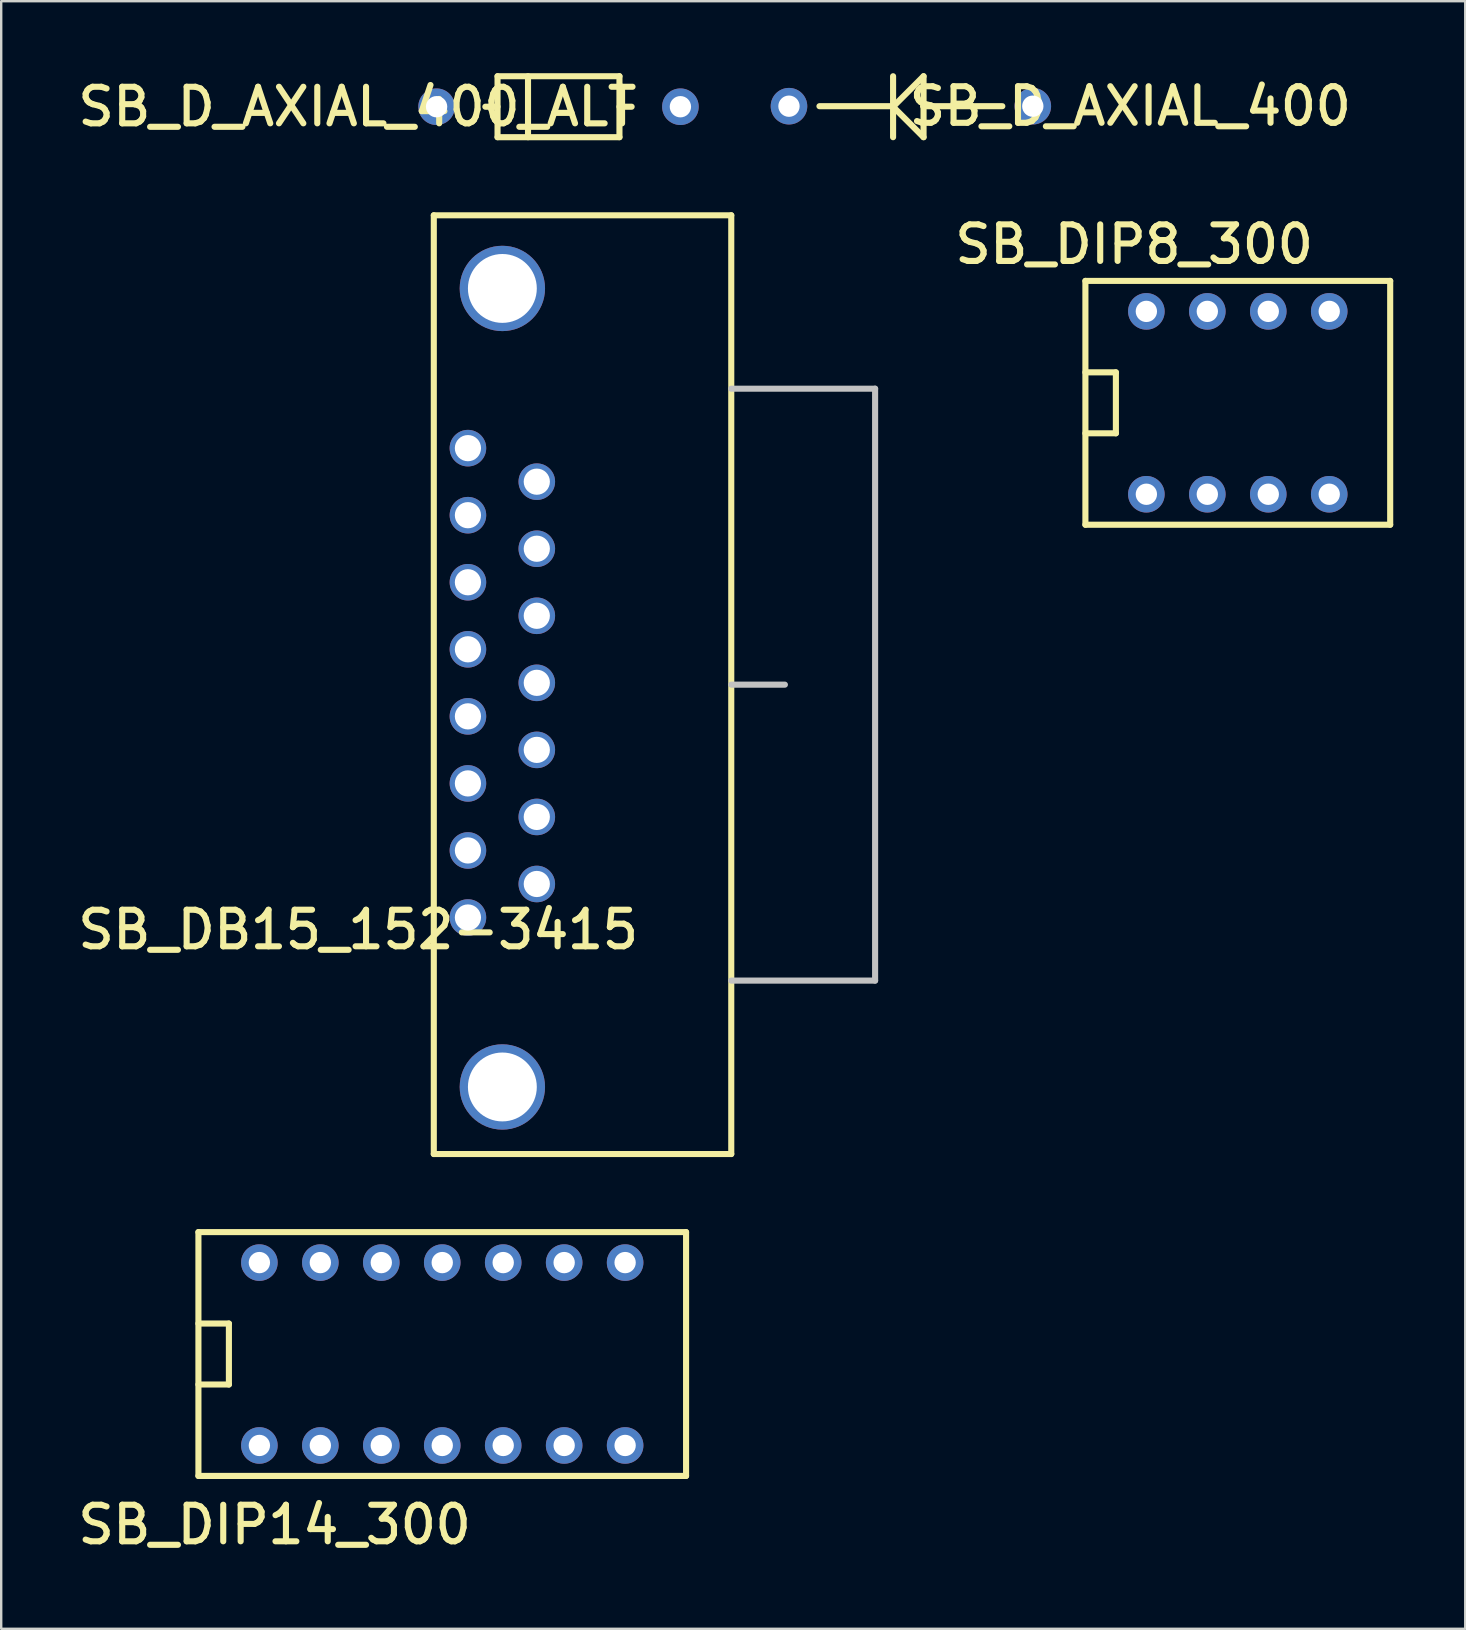
<source format=kicad_pcb>
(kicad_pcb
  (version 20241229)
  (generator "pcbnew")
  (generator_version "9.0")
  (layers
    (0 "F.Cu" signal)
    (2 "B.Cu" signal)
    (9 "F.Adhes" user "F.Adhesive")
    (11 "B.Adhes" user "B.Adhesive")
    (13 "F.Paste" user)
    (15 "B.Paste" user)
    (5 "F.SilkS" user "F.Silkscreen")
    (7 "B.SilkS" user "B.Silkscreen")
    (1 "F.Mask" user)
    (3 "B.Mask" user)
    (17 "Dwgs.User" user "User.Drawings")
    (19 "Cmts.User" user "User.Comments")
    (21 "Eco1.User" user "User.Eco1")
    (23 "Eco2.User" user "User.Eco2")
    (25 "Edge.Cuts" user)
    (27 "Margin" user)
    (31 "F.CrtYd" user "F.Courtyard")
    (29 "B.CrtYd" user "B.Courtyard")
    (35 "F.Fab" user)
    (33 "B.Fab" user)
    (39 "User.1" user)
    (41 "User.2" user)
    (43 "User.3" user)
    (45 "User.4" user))
  (footprint "SB_D_AXIAL_400"
    (layer "F.Cu")
    (at 29.826 1.375)
    (property "Reference" "SB_D_AXIAL_400" (at 14.224 0 0) (layer "F.SilkS") (effects (font (size 1.524 1.524) (thickness 0.254))))
    (attr through_hole)
    (fp_line (start 4.318 0) (end 1.27 0) (stroke (width 0.254) (type solid)) (layer "F.SilkS"))
    (fp_line (start 4.338 0.022) (end 5.608 -1.248) (stroke (width 0.254) (type solid)) (layer "F.SilkS"))
    (fp_line (start 4.338 1.292) (end 4.338 -1.248) (stroke (width 0.254) (type solid)) (layer "F.SilkS"))
    (fp_line (start 5.588 0) (end 8.89 0) (stroke (width 0.254) (type solid)) (layer "F.SilkS"))
    (fp_line (start 5.608 1.292) (end 4.338 0.022) (stroke (width 0.254) (type solid)) (layer "F.SilkS"))
    (fp_line (start 5.608 1.292) (end 5.608 -1.248) (stroke (width 0.254) (type solid)) (layer "F.SilkS"))
    (pad "1" thru_hole circle (at 0 0 270) (size 1.524 1.524) (drill 0.889) (layers "*.Cu" "*.Mask"))
    (pad "2" thru_hole circle (at 10.16 0 270) (size 1.524 1.524) (drill 0.889) (layers "*.Cu" "*.Mask")))
  (footprint "SB_DB15_152-3415"
    (layer "F.Cu")
    (at 16.448 35.182)
    (property "Reference" "SB_DB15_152-3415" (at -4.572 0.508 0) (layer "F.SilkS") (effects (font (size 1.524 1.524) (thickness 0.254))))
    (attr through_hole)
    (fp_line (start -1.422 -29.261) (end 10.973 -29.261) (stroke (width 0.254) (type solid)) (layer "F.SilkS"))
    (fp_line (start -1.422 9.855) (end -1.422 -29.261) (stroke (width 0.254) (type solid)) (layer "F.SilkS"))
    (fp_line (start -1.422 9.855) (end 10.973 9.855) (stroke (width 0.254) (type solid)) (layer "F.SilkS"))
    (fp_line (start 10.973 9.855) (end 10.973 -29.261) (stroke (width 0.254) (type solid)) (layer "F.SilkS"))
    (fp_line (start 10.973 -22.035) (end 16.967 -22.035) (stroke (width 0.254) (type solid)) (layer "Dwgs.User"))
    (fp_line (start 10.973 -9.703) (end 13.208 -9.703) (stroke (width 0.254) (type solid)) (layer "Dwgs.User"))
    (fp_line (start 10.973 2.629) (end 16.967 2.629) (stroke (width 0.254) (type solid)) (layer "Dwgs.User"))
    (fp_line (start 16.967 -22.035) (end 16.967 2.629) (stroke (width 0.254) (type solid)) (layer "Dwgs.User"))
    (pad "0" thru_hole circle (at 1.435 -26.213 270) (size 3.556 3.556) (drill 2.87) (layers "*.Cu" "*.Mask"))
    (pad "0" thru_hole circle (at 1.435 7.061 270) (size 3.556 3.556) (drill 2.87) (layers "*.Cu" "*.Mask"))
    (pad "1" thru_hole circle (at 0 -19.558 270) (size 1.524 1.524) (drill 1.092) (layers "*.Cu" "*.Mask"))
    (pad "2" thru_hole circle (at 0 -16.764 270) (size 1.524 1.524) (drill 1.092) (layers "*.Cu" "*.Mask"))
    (pad "3" thru_hole circle (at 0 -13.97 270) (size 1.524 1.524) (drill 1.092) (layers "*.Cu" "*.Mask"))
    (pad "4" thru_hole circle (at 0 -11.176 270) (size 1.524 1.524) (drill 1.092) (layers "*.Cu" "*.Mask"))
    (pad "5" thru_hole circle (at 0 -8.382 270) (size 1.524 1.524) (drill 1.092) (layers "*.Cu" "*.Mask"))
    (pad "6" thru_hole circle (at 0 -5.588 270) (size 1.524 1.524) (drill 1.092) (layers "*.Cu" "*.Mask"))
    (pad "7" thru_hole circle (at 0 -2.794 270) (size 1.524 1.524) (drill 1.092) (layers "*.Cu" "*.Mask"))
    (pad "8" thru_hole circle (at 0 0 270) (size 1.524 1.524) (drill 1.092) (layers "*.Cu" "*.Mask"))
    (pad "9" thru_hole circle (at 2.87 -18.161 270) (size 1.524 1.524) (drill 1.092) (layers "*.Cu" "*.Mask"))
    (pad "10" thru_hole circle (at 2.87 -15.367 270) (size 1.524 1.524) (drill 1.092) (layers "*.Cu" "*.Mask"))
    (pad "11" thru_hole circle (at 2.87 -12.573 270) (size 1.524 1.524) (drill 1.092) (layers "*.Cu" "*.Mask"))
    (pad "12" thru_hole circle (at 2.87 -9.779 270) (size 1.524 1.524) (drill 1.092) (layers "*.Cu" "*.Mask"))
    (pad "13" thru_hole circle (at 2.87 -6.985 270) (size 1.524 1.524) (drill 1.092) (layers "*.Cu" "*.Mask"))
    (pad "14" thru_hole circle (at 2.87 -4.191 270) (size 1.524 1.524) (drill 1.092) (layers "*.Cu" "*.Mask"))
    (pad "15" thru_hole circle (at 2.87 -1.397 270) (size 1.524 1.524) (drill 1.092) (layers "*.Cu" "*.Mask")))
  (footprint "SB_D_AXIAL_400_ALT"
    (layer "F.Cu")
    (at 15.142 1.397)
    (property "Reference" "SB_D_AXIAL_400_ALT" (at -3.302 0 0) (layer "F.SilkS") (effects (font (size 1.524 1.524) (thickness 0.254))))
    (attr through_hole)
    (fp_line (start 2.54 -1.27) (end 2.54 1.27) (stroke (width 0.254) (type solid)) (layer "F.SilkS"))
    (fp_line (start 2.54 -1.27) (end 7.62 -1.27) (stroke (width 0.254) (type solid)) (layer "F.SilkS"))
    (fp_line (start 2.54 0) (end 2.032 0) (stroke (width 0.254) (type solid)) (layer "F.SilkS"))
    (fp_line (start 2.54 1.27) (end 7.62 1.27) (stroke (width 0.254) (type solid)) (layer "F.SilkS"))
    (fp_line (start 3.81 -1.27) (end 3.81 1.27) (stroke (width 0.254) (type solid)) (layer "F.SilkS"))
    (fp_line (start 7.62 0) (end 8.128 0) (stroke (width 0.254) (type solid)) (layer "F.SilkS"))
    (fp_line (start 7.62 1.27) (end 7.62 -1.27) (stroke (width 0.254) (type solid)) (layer "F.SilkS"))
    (pad "1" thru_hole circle (at 0 0 270) (size 1.524 1.524) (drill 0.889) (layers "*.Cu" "*.Mask"))
    (pad "2" thru_hole circle (at 10.16 0 270) (size 1.524 1.524) (drill 0.889) (layers "*.Cu" "*.Mask")))
  (footprint "SB_DIP14_300"
    (layer "F.Cu")
    (at 7.758 57.181)
    (property "Reference" "SB_DIP14_300" (at 0.635 3.302 0) (layer "F.SilkS") (effects (font (size 1.524 1.524) (thickness 0.254))))
    (attr through_hole)
    (fp_line (start -2.54 -8.89) (end -2.54 1.27) (stroke (width 0.254) (type solid)) (layer "F.SilkS"))
    (fp_line (start -2.54 -2.54) (end -1.27 -2.54) (stroke (width 0.254) (type solid)) (layer "F.SilkS"))
    (fp_line (start -2.54 1.27) (end 17.78 1.27) (stroke (width 0.254) (type solid)) (layer "F.SilkS"))
    (fp_line (start -1.27 -5.08) (end -2.54 -5.08) (stroke (width 0.254) (type solid)) (layer "F.SilkS"))
    (fp_line (start -1.27 -2.54) (end -1.27 -5.08) (stroke (width 0.254) (type solid)) (layer "F.SilkS"))
    (fp_line (start 17.78 -8.89) (end -2.54 -8.89) (stroke (width 0.254) (type solid)) (layer "F.SilkS"))
    (fp_line (start 17.78 1.27) (end 17.78 -8.89) (stroke (width 0.254) (type solid)) (layer "F.SilkS"))
    (pad "1" thru_hole circle (at 0 0) (size 1.524 1.524) (drill 0.889) (layers "*.Cu" "*.Mask"))
    (pad "2" thru_hole circle (at 2.54 0) (size 1.524 1.524) (drill 0.889) (layers "*.Cu" "*.Mask"))
    (pad "3" thru_hole circle (at 5.08 0) (size 1.524 1.524) (drill 0.889) (layers "*.Cu" "*.Mask"))
    (pad "4" thru_hole circle (at 7.62 0) (size 1.524 1.524) (drill 0.889) (layers "*.Cu" "*.Mask"))
    (pad "5" thru_hole circle (at 10.16 0) (size 1.524 1.524) (drill 0.889) (layers "*.Cu" "*.Mask"))
    (pad "6" thru_hole circle (at 12.7 0) (size 1.524 1.524) (drill 0.889) (layers "*.Cu" "*.Mask"))
    (pad "7" thru_hole circle (at 15.24 0) (size 1.524 1.524) (drill 0.889) (layers "*.Cu" "*.Mask"))
    (pad "8" thru_hole circle (at 15.24 -7.62) (size 1.524 1.524) (drill 0.889) (layers "*.Cu" "*.Mask"))
    (pad "9" thru_hole circle (at 12.7 -7.62) (size 1.524 1.524) (drill 0.889) (layers "*.Cu" "*.Mask"))
    (pad "10" thru_hole circle (at 10.16 -7.62) (size 1.524 1.524) (drill 0.889) (layers "*.Cu" "*.Mask"))
    (pad "11" thru_hole circle (at 7.62 -7.62) (size 1.524 1.524) (drill 0.889) (layers "*.Cu" "*.Mask"))
    (pad "12" thru_hole circle (at 5.08 -7.62) (size 1.524 1.524) (drill 0.889) (layers "*.Cu" "*.Mask"))
    (pad "13" thru_hole circle (at 2.54 -7.62) (size 1.524 1.524) (drill 0.889) (layers "*.Cu" "*.Mask"))
    (pad "14" thru_hole circle (at 0 -7.62) (size 1.524 1.524) (drill 0.889) (layers "*.Cu" "*.Mask")))
  (footprint "SB_DIP8_300"
    (layer "F.Cu")
    (at 44.718 17.545)
    (property "Reference" "SB_DIP8_300" (at -0.508 -10.414 0) (layer "F.SilkS") (effects (font (size 1.524 1.524) (thickness 0.254))))
    (attr through_hole)
    (fp_line (start -2.54 -8.89) (end -2.54 1.27) (stroke (width 0.254) (type solid)) (layer "F.SilkS"))
    (fp_line (start -2.54 -2.54) (end -1.27 -2.54) (stroke (width 0.254) (type solid)) (layer "F.SilkS"))
    (fp_line (start -2.54 1.27) (end 10.16 1.27) (stroke (width 0.254) (type solid)) (layer "F.SilkS"))
    (fp_line (start -1.27 -5.08) (end -2.54 -5.08) (stroke (width 0.254) (type solid)) (layer "F.SilkS"))
    (fp_line (start -1.27 -2.54) (end -1.27 -5.08) (stroke (width 0.254) (type solid)) (layer "F.SilkS"))
    (fp_line (start 10.16 -8.89) (end -2.54 -8.89) (stroke (width 0.254) (type solid)) (layer "F.SilkS"))
    (fp_line (start 10.16 1.27) (end 10.16 -8.89) (stroke (width 0.254) (type solid)) (layer "F.SilkS"))
    (pad "1" thru_hole circle (at 0 0) (size 1.524 1.524) (drill 0.889) (layers "*.Cu" "*.Mask"))
    (pad "2" thru_hole circle (at 2.54 0) (size 1.524 1.524) (drill 0.889) (layers "*.Cu" "*.Mask"))
    (pad "3" thru_hole circle (at 5.08 0) (size 1.524 1.524) (drill 0.889) (layers "*.Cu" "*.Mask"))
    (pad "4" thru_hole circle (at 7.62 0) (size 1.524 1.524) (drill 0.889) (layers "*.Cu" "*.Mask"))
    (pad "5" thru_hole circle (at 7.62 -7.62) (size 1.524 1.524) (drill 0.889) (layers "*.Cu" "*.Mask"))
    (pad "6" thru_hole circle (at 5.08 -7.62) (size 1.524 1.524) (drill 0.889) (layers "*.Cu" "*.Mask"))
    (pad "7" thru_hole circle (at 2.54 -7.62) (size 1.524 1.524) (drill 0.889) (layers "*.Cu" "*.Mask"))
    (pad "8" thru_hole circle (at 0 -7.62) (size 1.524 1.524) (drill 0.889) (layers "*.Cu" "*.Mask")))
  (gr_rect
    (start -3 -3)
    (end 58.005 64.82)
    (stroke (width 0.1) (type default))
    (fill no)
    (layer "Edge.Cuts")))
</source>
